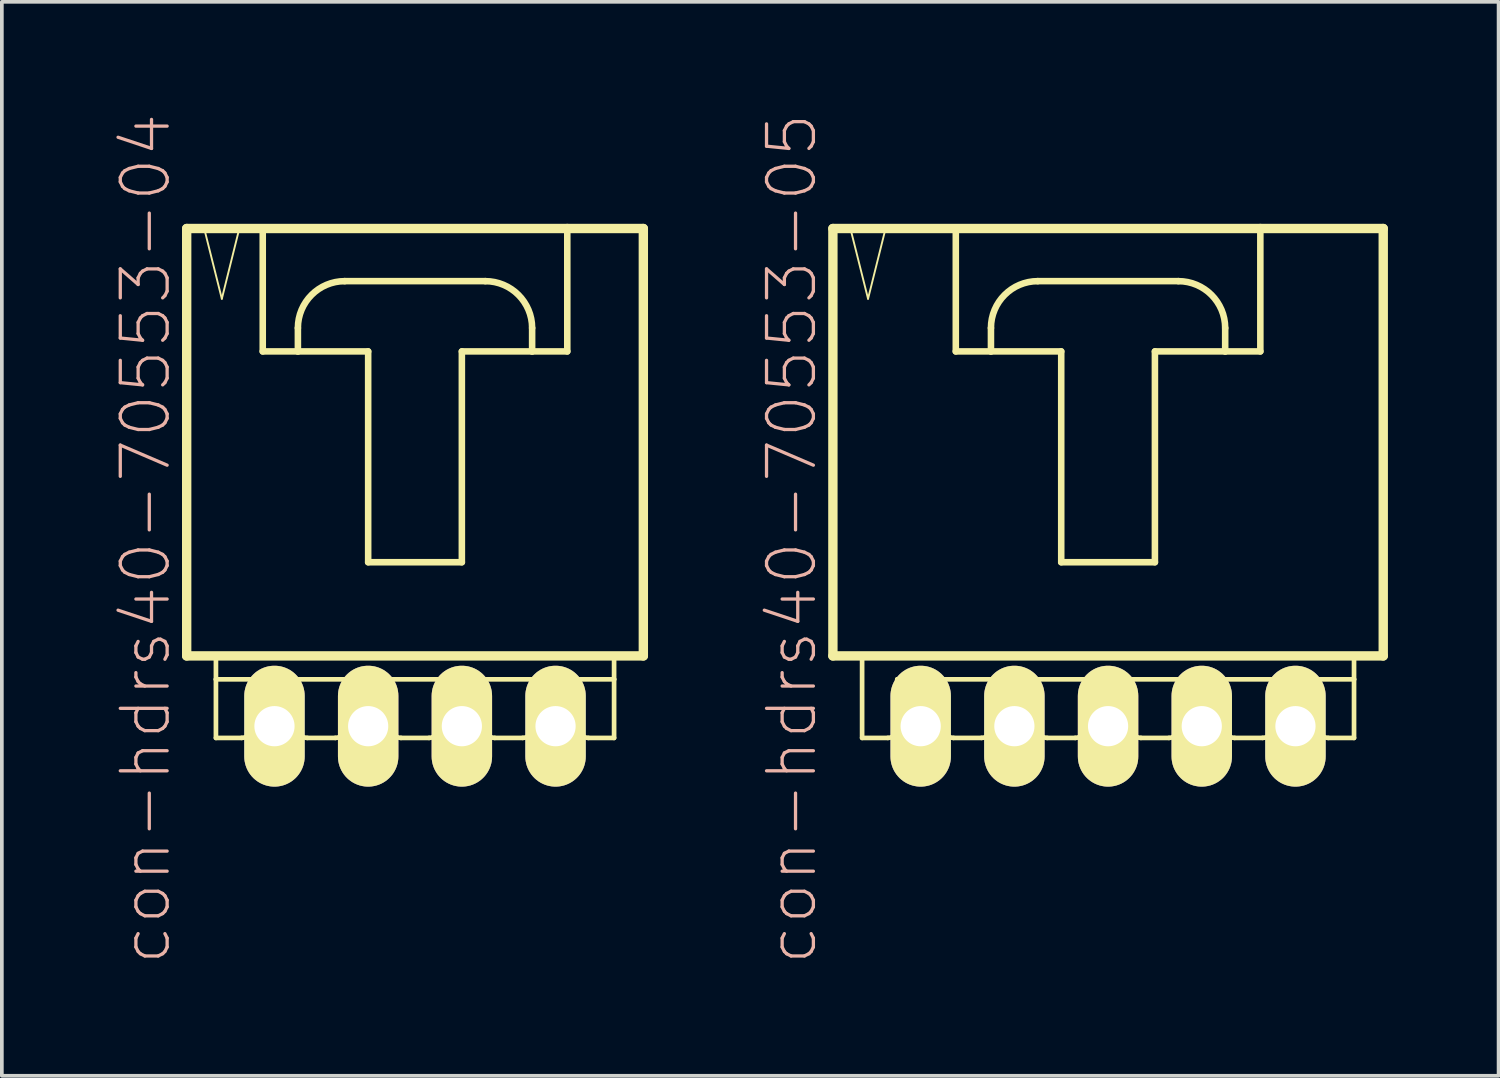
<source format=kicad_pcb>
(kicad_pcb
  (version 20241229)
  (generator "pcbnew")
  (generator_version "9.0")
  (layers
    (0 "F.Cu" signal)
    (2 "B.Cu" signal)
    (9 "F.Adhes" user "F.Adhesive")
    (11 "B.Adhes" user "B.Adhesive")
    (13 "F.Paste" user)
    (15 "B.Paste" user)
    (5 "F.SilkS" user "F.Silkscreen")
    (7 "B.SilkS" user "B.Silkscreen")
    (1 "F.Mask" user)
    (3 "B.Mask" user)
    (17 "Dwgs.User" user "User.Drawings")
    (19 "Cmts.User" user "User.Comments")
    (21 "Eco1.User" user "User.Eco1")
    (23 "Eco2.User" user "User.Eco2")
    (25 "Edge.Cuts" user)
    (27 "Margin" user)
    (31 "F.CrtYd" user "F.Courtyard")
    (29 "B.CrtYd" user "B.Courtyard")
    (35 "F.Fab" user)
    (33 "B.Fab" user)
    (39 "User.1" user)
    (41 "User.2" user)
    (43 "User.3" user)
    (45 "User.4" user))
  (footprint "con-hdrs40-70553-04"
    (layer "F.Cu")
    (at 8.201 9.017)
    (property "Reference" "con-hdrs40-70553-04" (at -7.303 2.54 90) (layer "B.SilkS") (effects (font (size 1.27 1.27) (thickness 0.089))))
    (attr exclude_from_pos_files exclude_from_bom)
    (fp_line (start -6.19 -5.872) (end -6.19 5.715) (stroke (width 0.254) (type solid)) (layer "F.SilkS"))
    (fp_line (start -6.19 5.715) (end 6.19 5.715) (stroke (width 0.254) (type solid)) (layer "F.SilkS"))
    (fp_line (start -5.715 -5.872) (end -5.237 -3.967) (stroke (width 0.051) (type solid)) (layer "F.SilkS"))
    (fp_line (start -5.397 5.715) (end -5.397 6.35) (stroke (width 0.127) (type solid)) (layer "F.SilkS"))
    (fp_line (start -5.397 6.35) (end -5.397 7.938) (stroke (width 0.127) (type solid)) (layer "F.SilkS"))
    (fp_line (start -5.397 6.35) (end -3.175 6.35) (stroke (width 0.127) (type solid)) (layer "F.SilkS"))
    (fp_line (start -5.237 -3.967) (end -4.763 -5.872) (stroke (width 0.051) (type solid)) (layer "F.SilkS"))
    (fp_line (start -4.763 -5.872) (end -5.715 -5.872) (stroke (width 0.051) (type solid)) (layer "F.SilkS"))
    (fp_line (start -4.699 7.938) (end -5.397 7.938) (stroke (width 0.127) (type solid)) (layer "F.SilkS"))
    (fp_line (start -4.445 6.35) (end -4.445 7.684) (stroke (width 0.127) (type solid)) (layer "F.SilkS"))
    (fp_line (start -4.128 -5.872) (end -4.128 -2.54) (stroke (width 0.178) (type solid)) (layer "F.SilkS"))
    (fp_line (start -4.128 -2.54) (end -3.175 -2.54) (stroke (width 0.178) (type solid)) (layer "F.SilkS"))
    (fp_line (start -4.128 6.35) (end -3.493 6.35) (stroke (width 0.066) (type solid)) (layer "F.SilkS"))
    (fp_line (start -4.128 7.62) (end -4.128 6.35) (stroke (width 0.066) (type solid)) (layer "F.SilkS"))
    (fp_line (start -4.128 7.62) (end -3.493 7.62) (stroke (width 0.066) (type solid)) (layer "F.SilkS"))
    (fp_line (start -3.493 7.62) (end -3.493 6.35) (stroke (width 0.066) (type solid)) (layer "F.SilkS"))
    (fp_line (start -3.175 -2.54) (end -3.175 -3.175) (stroke (width 0.178) (type solid)) (layer "F.SilkS"))
    (fp_line (start -3.175 -2.54) (end -1.27 -2.54) (stroke (width 0.178) (type solid)) (layer "F.SilkS"))
    (fp_line (start -3.175 6.35) (end -3.175 7.684) (stroke (width 0.127) (type solid)) (layer "F.SilkS"))
    (fp_line (start -3.175 6.35) (end -1.905 6.35) (stroke (width 0.127) (type solid)) (layer "F.SilkS"))
    (fp_line (start -2.159 7.938) (end -2.921 7.938) (stroke (width 0.127) (type solid)) (layer "F.SilkS"))
    (fp_line (start -1.905 -4.445) (end 1.905 -4.445) (stroke (width 0.178) (type solid)) (layer "F.SilkS"))
    (fp_line (start -1.905 6.35) (end -1.905 7.684) (stroke (width 0.127) (type solid)) (layer "F.SilkS"))
    (fp_line (start -1.905 6.35) (end -0.635 6.35) (stroke (width 0.127) (type solid)) (layer "F.SilkS"))
    (fp_line (start -1.587 6.35) (end -0.953 6.35) (stroke (width 0.066) (type solid)) (layer "F.SilkS"))
    (fp_line (start -1.587 7.62) (end -1.587 6.35) (stroke (width 0.066) (type solid)) (layer "F.SilkS"))
    (fp_line (start -1.587 7.62) (end -0.953 7.62) (stroke (width 0.066) (type solid)) (layer "F.SilkS"))
    (fp_line (start -1.27 -2.54) (end -1.27 3.175) (stroke (width 0.178) (type solid)) (layer "F.SilkS"))
    (fp_line (start -1.27 3.175) (end 1.27 3.175) (stroke (width 0.178) (type solid)) (layer "F.SilkS"))
    (fp_line (start -0.953 7.62) (end -0.953 6.35) (stroke (width 0.066) (type solid)) (layer "F.SilkS"))
    (fp_line (start -0.635 6.35) (end -0.635 7.684) (stroke (width 0.127) (type solid)) (layer "F.SilkS"))
    (fp_line (start -0.635 6.35) (end 0.635 6.35) (stroke (width 0.127) (type solid)) (layer "F.SilkS"))
    (fp_line (start 0.381 7.938) (end -0.381 7.938) (stroke (width 0.127) (type solid)) (layer "F.SilkS"))
    (fp_line (start 0.635 6.35) (end 0.635 7.684) (stroke (width 0.127) (type solid)) (layer "F.SilkS"))
    (fp_line (start 0.635 6.35) (end 1.905 6.35) (stroke (width 0.127) (type solid)) (layer "F.SilkS"))
    (fp_line (start 0.953 6.35) (end 1.587 6.35) (stroke (width 0.066) (type solid)) (layer "F.SilkS"))
    (fp_line (start 0.953 7.62) (end 0.953 6.35) (stroke (width 0.066) (type solid)) (layer "F.SilkS"))
    (fp_line (start 0.953 7.62) (end 1.587 7.62) (stroke (width 0.066) (type solid)) (layer "F.SilkS"))
    (fp_line (start 1.27 -2.54) (end 3.175 -2.54) (stroke (width 0.178) (type solid)) (layer "F.SilkS"))
    (fp_line (start 1.27 3.175) (end 1.27 -2.54) (stroke (width 0.178) (type solid)) (layer "F.SilkS"))
    (fp_line (start 1.587 7.62) (end 1.587 6.35) (stroke (width 0.066) (type solid)) (layer "F.SilkS"))
    (fp_line (start 1.905 6.35) (end 1.905 7.684) (stroke (width 0.127) (type solid)) (layer "F.SilkS"))
    (fp_line (start 1.905 6.35) (end 3.175 6.35) (stroke (width 0.127) (type solid)) (layer "F.SilkS"))
    (fp_line (start 2.921 7.938) (end 2.159 7.938) (stroke (width 0.127) (type solid)) (layer "F.SilkS"))
    (fp_line (start 3.175 -3.175) (end 3.175 -2.54) (stroke (width 0.178) (type solid)) (layer "F.SilkS"))
    (fp_line (start 3.175 -2.54) (end 4.128 -2.54) (stroke (width 0.178) (type solid)) (layer "F.SilkS"))
    (fp_line (start 3.175 6.35) (end 3.175 7.684) (stroke (width 0.127) (type solid)) (layer "F.SilkS"))
    (fp_line (start 3.175 6.35) (end 4.445 6.35) (stroke (width 0.127) (type solid)) (layer "F.SilkS"))
    (fp_line (start 3.493 6.35) (end 4.128 6.35) (stroke (width 0.066) (type solid)) (layer "F.SilkS"))
    (fp_line (start 3.493 7.62) (end 3.493 6.35) (stroke (width 0.066) (type solid)) (layer "F.SilkS"))
    (fp_line (start 3.493 7.62) (end 4.128 7.62) (stroke (width 0.066) (type solid)) (layer "F.SilkS"))
    (fp_line (start 4.128 -5.872) (end -6.19 -5.872) (stroke (width 0.254) (type solid)) (layer "F.SilkS"))
    (fp_line (start 4.128 -2.54) (end 4.128 -5.872) (stroke (width 0.178) (type solid)) (layer "F.SilkS"))
    (fp_line (start 4.128 7.62) (end 4.128 6.35) (stroke (width 0.066) (type solid)) (layer "F.SilkS"))
    (fp_line (start 4.445 6.35) (end 4.445 7.684) (stroke (width 0.127) (type solid)) (layer "F.SilkS"))
    (fp_line (start 4.445 6.35) (end 5.397 6.35) (stroke (width 0.127) (type solid)) (layer "F.SilkS"))
    (fp_line (start 4.699 7.938) (end 5.397 7.938) (stroke (width 0.127) (type solid)) (layer "F.SilkS"))
    (fp_line (start 5.397 6.35) (end 5.397 5.715) (stroke (width 0.127) (type solid)) (layer "F.SilkS"))
    (fp_line (start 5.397 7.938) (end 5.397 6.35) (stroke (width 0.127) (type solid)) (layer "F.SilkS"))
    (fp_line (start 6.19 -5.872) (end 4.128 -5.872) (stroke (width 0.254) (type solid)) (layer "F.SilkS"))
    (fp_line (start 6.19 5.715) (end 6.19 -5.872) (stroke (width 0.254) (type solid)) (layer "F.SilkS"))
    (fp_arc (start -4.445 7.6835) (mid -4.519395 7.863105) (end -4.699 7.9375) (stroke (width 0.127) (type solid)) (layer "F.SilkS"))
    (fp_arc (start -3.175 -3.175) (mid -2.803026 -4.073026) (end -1.905 -4.445) (stroke (width 0.1778) (type solid)) (layer "F.SilkS"))
    (fp_arc (start -2.921 7.9375) (mid -3.100605 7.863105) (end -3.175 7.6835) (stroke (width 0.127) (type solid)) (layer "F.SilkS"))
    (fp_arc (start -1.905 7.6835) (mid -1.979395 7.863105) (end -2.159 7.9375) (stroke (width 0.127) (type solid)) (layer "F.SilkS"))
    (fp_arc (start -0.381 7.9375) (mid -0.560605 7.863105) (end -0.635 7.6835) (stroke (width 0.127) (type solid)) (layer "F.SilkS"))
    (fp_arc (start 0.635 7.6835) (mid 0.560605 7.863105) (end 0.381 7.9375) (stroke (width 0.127) (type solid)) (layer "F.SilkS"))
    (fp_arc (start 1.905 -4.445) (mid 2.803026 -4.073026) (end 3.175 -3.175) (stroke (width 0.1778) (type solid)) (layer "F.SilkS"))
    (fp_arc (start 2.159 7.9375) (mid 1.979395 7.863105) (end 1.905 7.6835) (stroke (width 0.127) (type solid)) (layer "F.SilkS"))
    (fp_arc (start 3.175 7.6835) (mid 3.100605 7.863105) (end 2.921 7.9375) (stroke (width 0.127) (type solid)) (layer "F.SilkS"))
    (fp_arc (start 4.699 7.9375) (mid 4.519395 7.863105) (end 4.445 7.6835) (stroke (width 0.127) (type solid)) (layer "F.SilkS"))
    (pad "1" thru_hole oval (at -3.81 7.62) (size 1.638 3.277) (drill 1.09) (layers "*.Cu" "F.Mask" "F.SilkS" "F.Paste"))
    (pad "2" thru_hole oval (at -1.27 7.62) (size 1.638 3.277) (drill 1.09) (layers "*.Cu" "F.Mask" "F.SilkS" "F.Paste"))
    (pad "3" thru_hole oval (at 1.27 7.62) (size 1.638 3.277) (drill 1.09) (layers "*.Cu" "F.Mask" "F.SilkS" "F.Paste"))
    (pad "4" thru_hole oval (at 3.81 7.62) (size 1.638 3.277) (drill 1.09) (layers "*.Cu" "F.Mask" "F.SilkS" "F.Paste")))
  (footprint "con-hdrs40-70553-05"
    (layer "F.Cu")
    (at 26.99 9.017)
    (property "Reference" "con-hdrs40-70553-05" (at -8.572 2.54 90) (layer "B.SilkS") (effects (font (size 1.27 1.27) (thickness 0.089))))
    (attr exclude_from_pos_files exclude_from_bom)
    (fp_line (start -7.46 -5.872) (end -7.46 5.715) (stroke (width 0.254) (type solid)) (layer "F.SilkS"))
    (fp_line (start -7.46 5.715) (end 7.46 5.715) (stroke (width 0.254) (type solid)) (layer "F.SilkS"))
    (fp_line (start -6.985 -5.872) (end -6.507 -3.967) (stroke (width 0.051) (type solid)) (layer "F.SilkS"))
    (fp_line (start -6.668 5.715) (end -6.668 7.938) (stroke (width 0.127) (type solid)) (layer "F.SilkS"))
    (fp_line (start -6.507 -3.967) (end -6.032 -5.872) (stroke (width 0.051) (type solid)) (layer "F.SilkS"))
    (fp_line (start -6.032 -5.872) (end -6.985 -5.872) (stroke (width 0.051) (type solid)) (layer "F.SilkS"))
    (fp_line (start -5.969 7.938) (end -6.668 7.938) (stroke (width 0.127) (type solid)) (layer "F.SilkS"))
    (fp_line (start -5.715 6.35) (end -5.715 7.684) (stroke (width 0.127) (type solid)) (layer "F.SilkS"))
    (fp_line (start -5.715 6.35) (end -4.445 6.35) (stroke (width 0.127) (type solid)) (layer "F.SilkS"))
    (fp_line (start -5.397 6.35) (end -4.763 6.35) (stroke (width 0.066) (type solid)) (layer "F.SilkS"))
    (fp_line (start -5.397 7.62) (end -5.397 6.35) (stroke (width 0.066) (type solid)) (layer "F.SilkS"))
    (fp_line (start -5.397 7.62) (end -4.763 7.62) (stroke (width 0.066) (type solid)) (layer "F.SilkS"))
    (fp_line (start -4.763 7.62) (end -4.763 6.35) (stroke (width 0.066) (type solid)) (layer "F.SilkS"))
    (fp_line (start -4.445 6.35) (end -4.445 7.684) (stroke (width 0.127) (type solid)) (layer "F.SilkS"))
    (fp_line (start -4.445 6.35) (end -3.175 6.35) (stroke (width 0.127) (type solid)) (layer "F.SilkS"))
    (fp_line (start -4.128 -5.872) (end -4.128 -2.54) (stroke (width 0.178) (type solid)) (layer "F.SilkS"))
    (fp_line (start -4.128 -2.54) (end -3.175 -2.54) (stroke (width 0.178) (type solid)) (layer "F.SilkS"))
    (fp_line (start -3.429 7.938) (end -4.191 7.938) (stroke (width 0.127) (type solid)) (layer "F.SilkS"))
    (fp_line (start -3.175 -2.54) (end -3.175 -3.175) (stroke (width 0.178) (type solid)) (layer "F.SilkS"))
    (fp_line (start -3.175 -2.54) (end -1.27 -2.54) (stroke (width 0.178) (type solid)) (layer "F.SilkS"))
    (fp_line (start -3.175 6.35) (end -3.175 7.684) (stroke (width 0.127) (type solid)) (layer "F.SilkS"))
    (fp_line (start -3.175 6.35) (end -1.905 6.35) (stroke (width 0.127) (type solid)) (layer "F.SilkS"))
    (fp_line (start -2.857 6.35) (end -2.223 6.35) (stroke (width 0.066) (type solid)) (layer "F.SilkS"))
    (fp_line (start -2.857 7.62) (end -2.857 6.35) (stroke (width 0.066) (type solid)) (layer "F.SilkS"))
    (fp_line (start -2.857 7.62) (end -2.223 7.62) (stroke (width 0.066) (type solid)) (layer "F.SilkS"))
    (fp_line (start -2.223 7.62) (end -2.223 6.35) (stroke (width 0.066) (type solid)) (layer "F.SilkS"))
    (fp_line (start -1.905 -4.445) (end 1.905 -4.445) (stroke (width 0.178) (type solid)) (layer "F.SilkS"))
    (fp_line (start -1.905 6.35) (end -1.905 7.684) (stroke (width 0.127) (type solid)) (layer "F.SilkS"))
    (fp_line (start -1.905 6.35) (end -0.635 6.35) (stroke (width 0.127) (type solid)) (layer "F.SilkS"))
    (fp_line (start -1.27 -2.54) (end -1.27 3.175) (stroke (width 0.178) (type solid)) (layer "F.SilkS"))
    (fp_line (start -1.27 3.175) (end 1.27 3.175) (stroke (width 0.178) (type solid)) (layer "F.SilkS"))
    (fp_line (start -0.889 7.938) (end -1.651 7.938) (stroke (width 0.127) (type solid)) (layer "F.SilkS"))
    (fp_line (start -0.635 6.35) (end -0.635 7.684) (stroke (width 0.127) (type solid)) (layer "F.SilkS"))
    (fp_line (start -0.635 6.35) (end 0.635 6.35) (stroke (width 0.127) (type solid)) (layer "F.SilkS"))
    (fp_line (start -0.318 6.35) (end 0.318 6.35) (stroke (width 0.066) (type solid)) (layer "F.SilkS"))
    (fp_line (start -0.318 7.62) (end -0.318 6.35) (stroke (width 0.066) (type solid)) (layer "F.SilkS"))
    (fp_line (start -0.318 7.62) (end 0.318 7.62) (stroke (width 0.066) (type solid)) (layer "F.SilkS"))
    (fp_line (start 0.318 7.62) (end 0.318 6.35) (stroke (width 0.066) (type solid)) (layer "F.SilkS"))
    (fp_line (start 0.635 6.35) (end 0.635 7.684) (stroke (width 0.127) (type solid)) (layer "F.SilkS"))
    (fp_line (start 0.635 6.35) (end 1.905 6.35) (stroke (width 0.127) (type solid)) (layer "F.SilkS"))
    (fp_line (start 1.27 -2.54) (end 3.175 -2.54) (stroke (width 0.178) (type solid)) (layer "F.SilkS"))
    (fp_line (start 1.27 3.175) (end 1.27 -2.54) (stroke (width 0.178) (type solid)) (layer "F.SilkS"))
    (fp_line (start 1.651 7.938) (end 0.889 7.938) (stroke (width 0.127) (type solid)) (layer "F.SilkS"))
    (fp_line (start 1.905 6.35) (end 1.905 7.684) (stroke (width 0.127) (type solid)) (layer "F.SilkS"))
    (fp_line (start 1.905 6.35) (end 3.175 6.35) (stroke (width 0.127) (type solid)) (layer "F.SilkS"))
    (fp_line (start 2.223 6.35) (end 2.857 6.35) (stroke (width 0.066) (type solid)) (layer "F.SilkS"))
    (fp_line (start 2.223 7.62) (end 2.223 6.35) (stroke (width 0.066) (type solid)) (layer "F.SilkS"))
    (fp_line (start 2.223 7.62) (end 2.857 7.62) (stroke (width 0.066) (type solid)) (layer "F.SilkS"))
    (fp_line (start 2.857 7.62) (end 2.857 6.35) (stroke (width 0.066) (type solid)) (layer "F.SilkS"))
    (fp_line (start 3.175 -3.175) (end 3.175 -2.54) (stroke (width 0.178) (type solid)) (layer "F.SilkS"))
    (fp_line (start 3.175 -2.54) (end 4.128 -2.54) (stroke (width 0.178) (type solid)) (layer "F.SilkS"))
    (fp_line (start 3.175 6.35) (end 3.175 7.684) (stroke (width 0.127) (type solid)) (layer "F.SilkS"))
    (fp_line (start 3.175 6.35) (end 4.445 6.35) (stroke (width 0.127) (type solid)) (layer "F.SilkS"))
    (fp_line (start 4.128 -5.872) (end -7.46 -5.872) (stroke (width 0.254) (type solid)) (layer "F.SilkS"))
    (fp_line (start 4.128 -2.54) (end 4.128 -5.872) (stroke (width 0.178) (type solid)) (layer "F.SilkS"))
    (fp_line (start 4.191 7.938) (end 3.429 7.938) (stroke (width 0.127) (type solid)) (layer "F.SilkS"))
    (fp_line (start 4.445 6.35) (end 4.445 7.684) (stroke (width 0.127) (type solid)) (layer "F.SilkS"))
    (fp_line (start 4.445 6.35) (end 5.715 6.35) (stroke (width 0.127) (type solid)) (layer "F.SilkS"))
    (fp_line (start 4.763 6.35) (end 5.397 6.35) (stroke (width 0.066) (type solid)) (layer "F.SilkS"))
    (fp_line (start 4.763 7.62) (end 4.763 6.35) (stroke (width 0.066) (type solid)) (layer "F.SilkS"))
    (fp_line (start 4.763 7.62) (end 5.397 7.62) (stroke (width 0.066) (type solid)) (layer "F.SilkS"))
    (fp_line (start 5.397 7.62) (end 5.397 6.35) (stroke (width 0.066) (type solid)) (layer "F.SilkS"))
    (fp_line (start 5.715 6.35) (end 5.715 7.684) (stroke (width 0.127) (type solid)) (layer "F.SilkS"))
    (fp_line (start 5.715 6.35) (end 6.668 6.35) (stroke (width 0.127) (type solid)) (layer "F.SilkS"))
    (fp_line (start 5.969 7.938) (end 6.668 7.938) (stroke (width 0.127) (type solid)) (layer "F.SilkS"))
    (fp_line (start 6.668 6.35) (end 6.668 5.715) (stroke (width 0.127) (type solid)) (layer "F.SilkS"))
    (fp_line (start 6.668 7.938) (end 6.668 6.35) (stroke (width 0.127) (type solid)) (layer "F.SilkS"))
    (fp_line (start 7.46 -5.872) (end 4.128 -5.872) (stroke (width 0.254) (type solid)) (layer "F.SilkS"))
    (fp_line (start 7.46 5.715) (end 7.46 -5.872) (stroke (width 0.254) (type solid)) (layer "F.SilkS"))
    (fp_arc (start -5.715 7.6835) (mid -5.789395 7.863105) (end -5.969 7.9375) (stroke (width 0.127) (type solid)) (layer "F.SilkS"))
    (fp_arc (start -4.191 7.9375) (mid -4.370605 7.863105) (end -4.445 7.6835) (stroke (width 0.127) (type solid)) (layer "F.SilkS"))
    (fp_arc (start -3.175 -3.175) (mid -2.803026 -4.073026) (end -1.905 -4.445) (stroke (width 0.1778) (type solid)) (layer "F.SilkS"))
    (fp_arc (start -3.175 7.6835) (mid -3.249395 7.863105) (end -3.429 7.9375) (stroke (width 0.127) (type solid)) (layer "F.SilkS"))
    (fp_arc (start -1.651 7.9375) (mid -1.830605 7.863105) (end -1.905 7.6835) (stroke (width 0.127) (type solid)) (layer "F.SilkS"))
    (fp_arc (start -0.635 7.6835) (mid -0.709395 7.863105) (end -0.889 7.9375) (stroke (width 0.127) (type solid)) (layer "F.SilkS"))
    (fp_arc (start 0.889 7.9375) (mid 0.709395 7.863105) (end 0.635 7.6835) (stroke (width 0.127) (type solid)) (layer "F.SilkS"))
    (fp_arc (start 1.905 -4.445) (mid 2.803026 -4.073026) (end 3.175 -3.175) (stroke (width 0.1778) (type solid)) (layer "F.SilkS"))
    (fp_arc (start 1.905 7.6835) (mid 1.830605 7.863105) (end 1.651 7.9375) (stroke (width 0.127) (type solid)) (layer "F.SilkS"))
    (fp_arc (start 3.429 7.9375) (mid 3.249395 7.863105) (end 3.175 7.6835) (stroke (width 0.127) (type solid)) (layer "F.SilkS"))
    (fp_arc (start 4.445 7.6835) (mid 4.370605 7.863105) (end 4.191 7.9375) (stroke (width 0.127) (type solid)) (layer "F.SilkS"))
    (fp_arc (start 5.969 7.9375) (mid 5.789395 7.863105) (end 5.715 7.6835) (stroke (width 0.127) (type solid)) (layer "F.SilkS"))
    (pad "1" thru_hole oval (at -5.08 7.62) (size 1.638 3.277) (drill 1.09) (layers "*.Cu" "F.Mask" "F.SilkS" "F.Paste"))
    (pad "2" thru_hole oval (at -2.54 7.62) (size 1.638 3.277) (drill 1.09) (layers "*.Cu" "F.Mask" "F.SilkS" "F.Paste"))
    (pad "3" thru_hole oval (at 0 7.62) (size 1.638 3.277) (drill 1.09) (layers "*.Cu" "F.Mask" "F.SilkS" "F.Paste"))
    (pad "4" thru_hole oval (at 2.54 7.62) (size 1.638 3.277) (drill 1.09) (layers "*.Cu" "F.Mask" "F.SilkS" "F.Paste"))
    (pad "5" thru_hole oval (at 5.08 7.62) (size 1.638 3.277) (drill 1.09) (layers "*.Cu" "F.Mask" "F.SilkS" "F.Paste")))
  (gr_rect
    (start -3 -3)
    (end 37.577 26.115)
    (stroke (width 0.1) (type default))
    (fill no)
    (layer "Edge.Cuts")))
</source>
